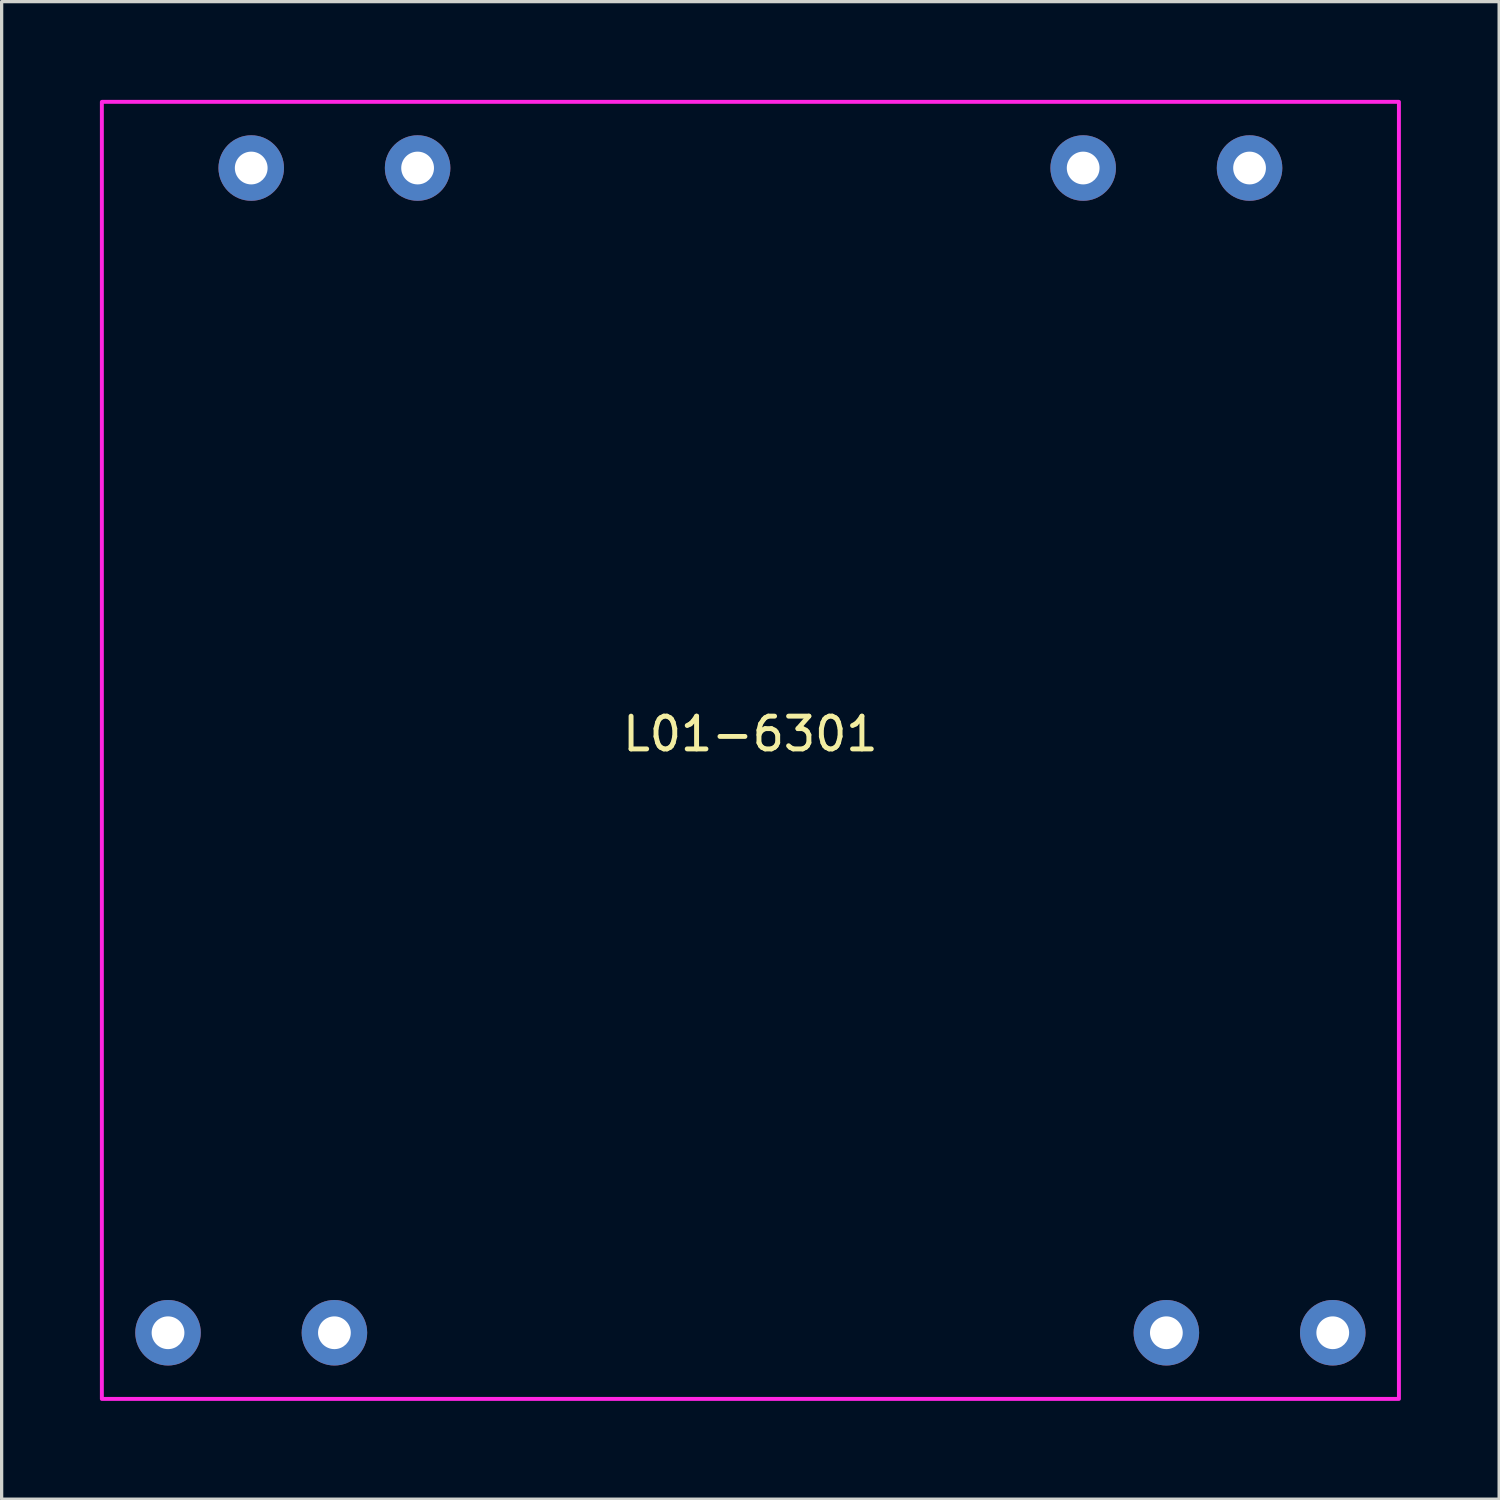
<source format=kicad_pcb>
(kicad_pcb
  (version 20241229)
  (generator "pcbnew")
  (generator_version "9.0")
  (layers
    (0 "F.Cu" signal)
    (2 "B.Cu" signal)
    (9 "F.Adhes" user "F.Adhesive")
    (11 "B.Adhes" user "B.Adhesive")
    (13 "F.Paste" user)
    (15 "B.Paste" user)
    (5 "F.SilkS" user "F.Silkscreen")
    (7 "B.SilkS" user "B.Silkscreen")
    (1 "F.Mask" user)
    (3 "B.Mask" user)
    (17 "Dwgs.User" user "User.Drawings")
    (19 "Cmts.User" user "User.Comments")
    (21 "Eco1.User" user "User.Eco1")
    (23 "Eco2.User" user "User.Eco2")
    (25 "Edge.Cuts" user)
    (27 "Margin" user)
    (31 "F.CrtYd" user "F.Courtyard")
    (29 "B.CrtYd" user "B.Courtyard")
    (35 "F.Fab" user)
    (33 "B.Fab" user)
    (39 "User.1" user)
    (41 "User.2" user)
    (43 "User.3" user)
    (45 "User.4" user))
  (footprint "L01-6301"
    (layer "F.Cu")
    (at 19.86 19.86)
    (property "Reference" "L01-6301" (at 0 -0.5 0) (unlocked yes) (layer "F.SilkS") (effects (font (size 1 1) (thickness 0.15))))
    (attr through_hole)
    (fp_rect (start -19.8 -19.8) (end 19.8 19.8) (stroke (width 0.12) (type default)) (fill no) (layer "F.CrtYd"))
    (pad "1" thru_hole circle (at -15.24 -17.78) (size 2 2) (drill 1) (layers "*.Cu" "*.Mask"))
    (pad "2" thru_hole circle (at -10.16 -17.78) (size 2 2) (drill 1) (layers "*.Cu" "*.Mask"))
    (pad "3" thru_hole circle (at 10.16 -17.78) (size 2 2) (drill 1) (layers "*.Cu" "*.Mask"))
    (pad "4" thru_hole circle (at 15.24 -17.78) (size 2 2) (drill 1) (layers "*.Cu" "*.Mask"))
    (pad "5" thru_hole circle (at 17.78 17.78) (size 2 2) (drill 1) (layers "*.Cu" "*.Mask"))
    (pad "6" thru_hole circle (at 12.7 17.78) (size 2 2) (drill 1) (layers "*.Cu" "*.Mask"))
    (pad "7" thru_hole circle (at -12.7 17.78) (size 2 2) (drill 1) (layers "*.Cu" "*.Mask"))
    (pad "8" thru_hole circle (at -17.78 17.78) (size 2 2) (drill 1) (layers "*.Cu" "*.Mask")))
  (gr_rect
    (start -3 -3)
    (end 42.72 42.72)
    (stroke (width 0.1) (type default))
    (fill no)
    (layer "Edge.Cuts")))
</source>
